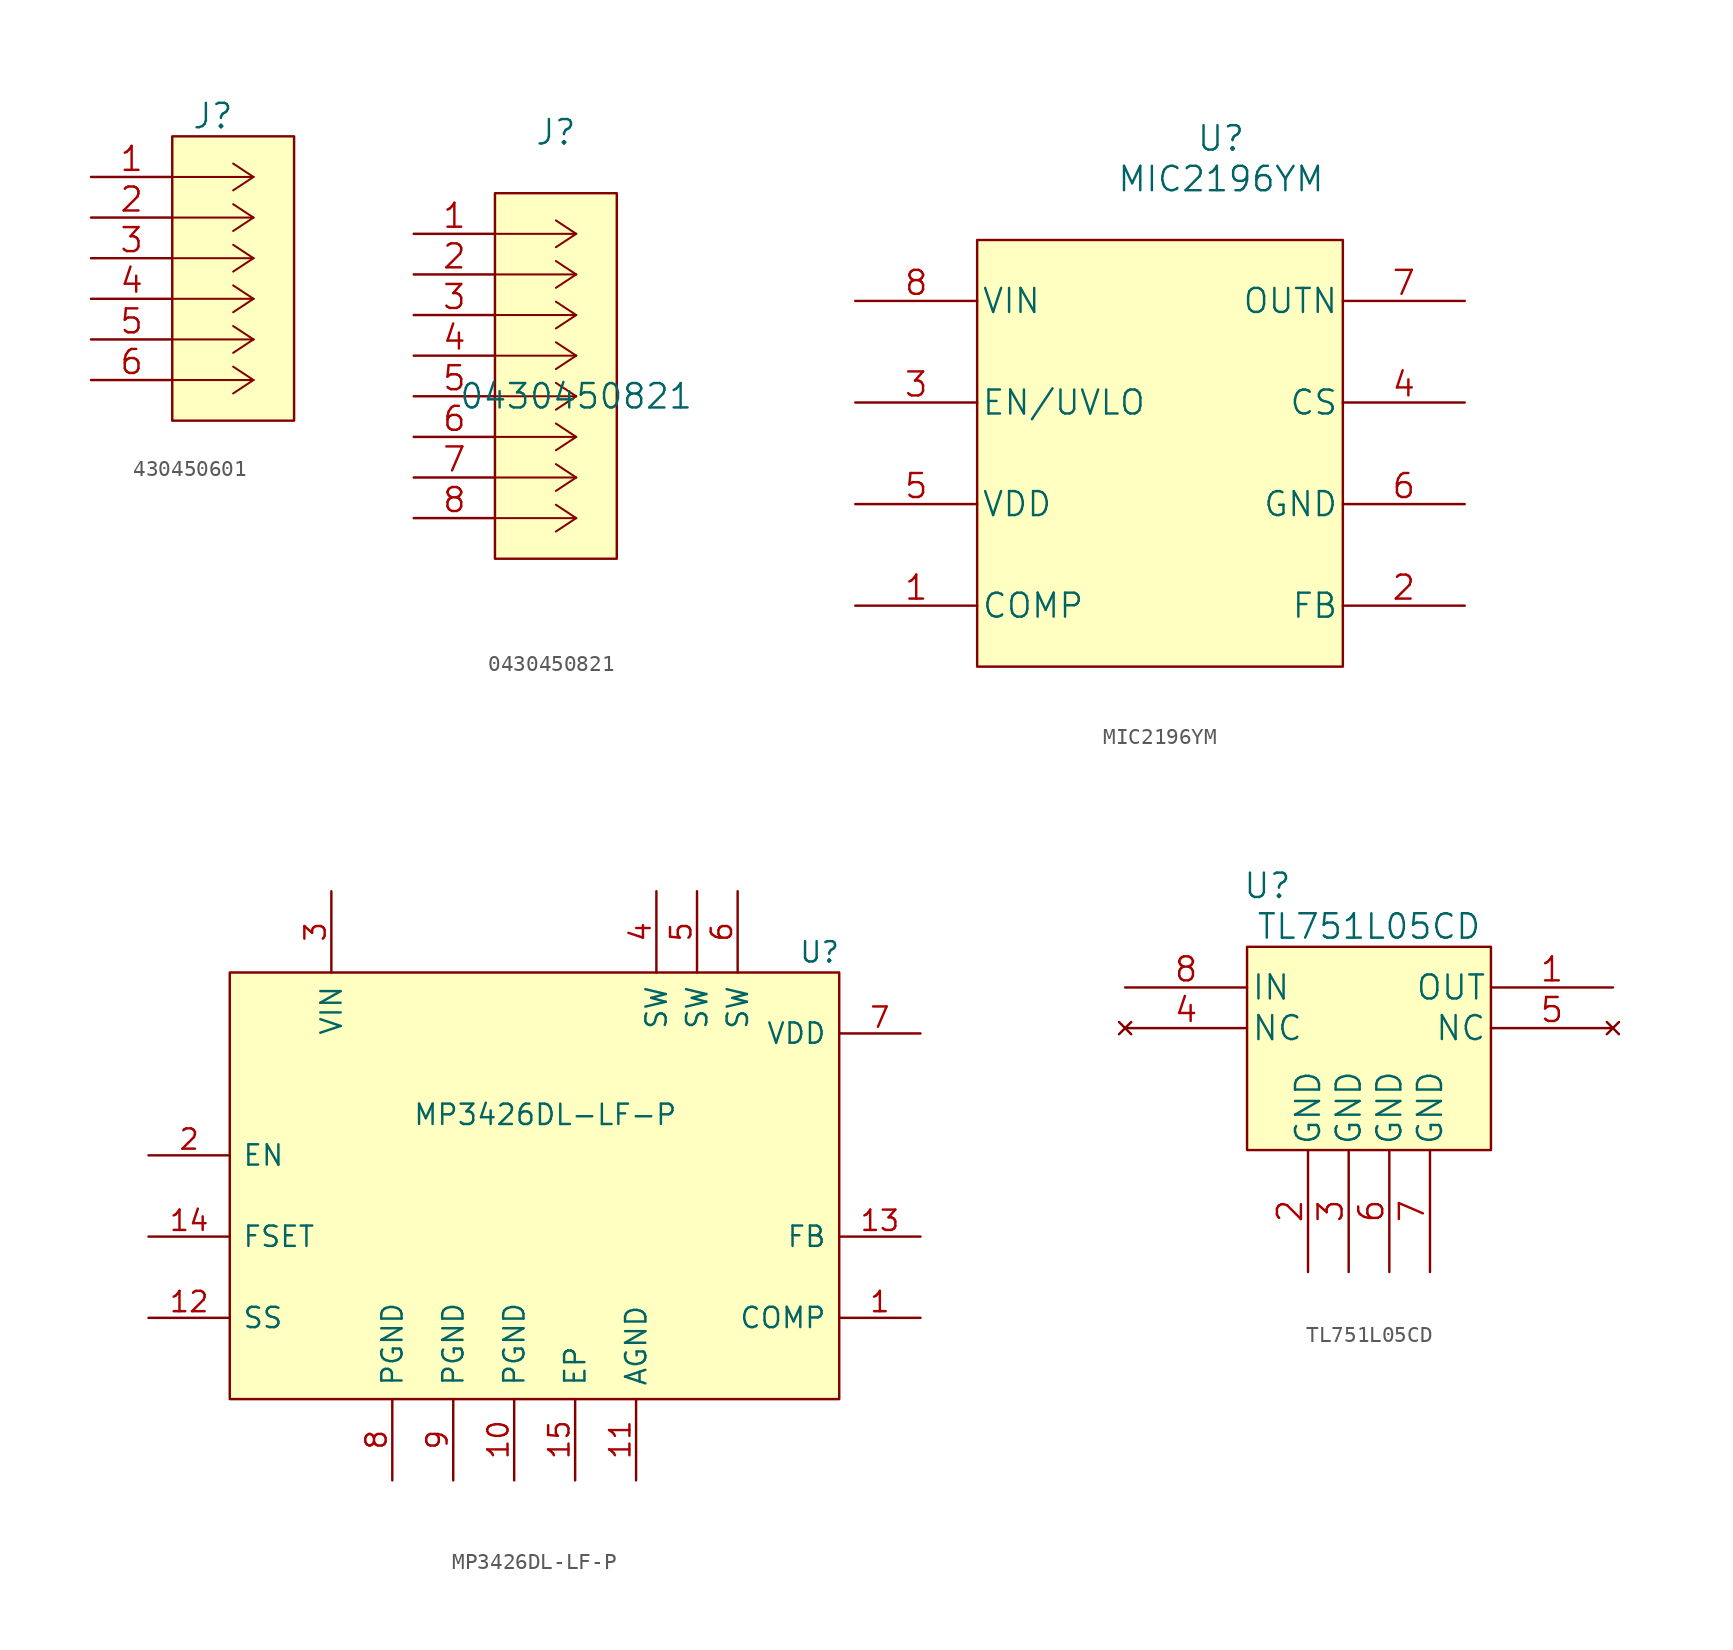
<source format=kicad_sym>
(kicad_symbol_lib
  (version 20211014)
  (generator kicad_symbol_editor)
  (symbol "430450601"
    (pin_names
      (offset 0.254) hide)
    (property "Reference" "J"
      (at 7.62 3.81 0)
      (effects (font (size 1.524 1.524))))
    (symbol "430450601_0_1"
      (rectangle (start 5.08 2.54) (end 12.7 -15.24) (stroke (width 0) (type default) (color 0 0 0 0)) (fill (type background))))
    (symbol "430450601_1_1"
      (polyline (pts (xy 10.16 -12.7) (xy 5.08 -12.7)) (stroke (width 0.127) (type default) (color 0 0 0 0)) (fill (type none)))
      (polyline (pts (xy 10.16 -12.7) (xy 8.89 -13.538)) (stroke (width 0.127) (type default) (color 0 0 0 0)) (fill (type none)))
      (polyline (pts (xy 10.16 -12.7) (xy 8.89 -11.862)) (stroke (width 0.127) (type default) (color 0 0 0 0)) (fill (type none)))
      (polyline (pts (xy 10.16 -10.16) (xy 5.08 -10.16)) (stroke (width 0.127) (type default) (color 0 0 0 0)) (fill (type none)))
      (polyline (pts (xy 10.16 -10.16) (xy 8.89 -10.998)) (stroke (width 0.127) (type default) (color 0 0 0 0)) (fill (type none)))
      (polyline (pts (xy 10.16 -10.16) (xy 8.89 -9.322)) (stroke (width 0.127) (type default) (color 0 0 0 0)) (fill (type none)))
      (polyline (pts (xy 10.16 -7.62) (xy 5.08 -7.62)) (stroke (width 0.127) (type default) (color 0 0 0 0)) (fill (type none)))
      (polyline (pts (xy 10.16 -7.62) (xy 8.89 -8.458)) (stroke (width 0.127) (type default) (color 0 0 0 0)) (fill (type none)))
      (polyline (pts (xy 10.16 -7.62) (xy 8.89 -6.782)) (stroke (width 0.127) (type default) (color 0 0 0 0)) (fill (type none)))
      (polyline (pts (xy 10.16 -5.08) (xy 5.08 -5.08)) (stroke (width 0.127) (type default) (color 0 0 0 0)) (fill (type none)))
      (polyline (pts (xy 10.16 -5.08) (xy 8.89 -5.918)) (stroke (width 0.127) (type default) (color 0 0 0 0)) (fill (type none)))
      (polyline (pts (xy 10.16 -5.08) (xy 8.89 -4.242)) (stroke (width 0.127) (type default) (color 0 0 0 0)) (fill (type none)))
      (polyline (pts (xy 10.16 -2.54) (xy 5.08 -2.54)) (stroke (width 0.127) (type default) (color 0 0 0 0)) (fill (type none)))
      (polyline (pts (xy 10.16 -2.54) (xy 8.89 -3.378)) (stroke (width 0.127) (type default) (color 0 0 0 0)) (fill (type none)))
      (polyline (pts (xy 10.16 -2.54) (xy 8.89 -1.702)) (stroke (width 0.127) (type default) (color 0 0 0 0)) (fill (type none)))
      (polyline (pts (xy 10.16 0) (xy 5.08 0)) (stroke (width 0.127) (type default) (color 0 0 0 0)) (fill (type none)))
      (polyline (pts (xy 10.16 0) (xy 8.89 -0.838)) (stroke (width 0.127) (type default) (color 0 0 0 0)) (fill (type none)))
      (polyline (pts (xy 10.16 0) (xy 8.89 0.838)) (stroke (width 0.127) (type default) (color 0 0 0 0)) (fill (type none)))
      (pin unspecified line (at 0 0 0) (length 5.08) (name "1" (effects (font (size 1.499 1.499)))) (number "1" (effects (font (size 1.499 1.499)))))
      (pin unspecified line (at 0 -2.54 0) (length 5.08) (name "2" (effects (font (size 1.499 1.499)))) (number "2" (effects (font (size 1.499 1.499)))))
      (pin unspecified line (at 0 -5.08 0) (length 5.08) (name "3" (effects (font (size 1.499 1.499)))) (number "3" (effects (font (size 1.499 1.499)))))
      (pin unspecified line (at 0 -7.62 0) (length 5.08) (name "4" (effects (font (size 1.499 1.499)))) (number "4" (effects (font (size 1.499 1.499)))))
      (pin unspecified line (at 0 -10.16 0) (length 5.08) (name "5" (effects (font (size 1.499 1.499)))) (number "5" (effects (font (size 1.499 1.499)))))
      (pin unspecified line (at 0 -12.7 0) (length 5.08) (name "6" (effects (font (size 1.499 1.499)))) (number "6" (effects (font (size 1.499 1.499)))))))
  (symbol "0430450821"
    (pin_names
      (offset 0.254) hide)
    (property "Reference" "J"
      (at 8.89 6.35 0)
      (effects (font (size 1.524 1.524))))
    (property "Value" "0430450821"
      (at 10.16 -10.16 0)
      (effects (font (size 1.524 1.524))))
    (symbol "0430450821_1_1"
      (polyline (pts (xy 10.16 -17.78) (xy 5.08 -17.78)) (stroke (width 0.127) (type default) (color 0 0 0 0)) (fill (type none)))
      (polyline (pts (xy 10.16 -17.78) (xy 8.89 -18.618)) (stroke (width 0.127) (type default) (color 0 0 0 0)) (fill (type none)))
      (polyline (pts (xy 10.16 -17.78) (xy 8.89 -16.942)) (stroke (width 0.127) (type default) (color 0 0 0 0)) (fill (type none)))
      (polyline (pts (xy 10.16 -15.24) (xy 5.08 -15.24)) (stroke (width 0.127) (type default) (color 0 0 0 0)) (fill (type none)))
      (polyline (pts (xy 10.16 -15.24) (xy 8.89 -16.078)) (stroke (width 0.127) (type default) (color 0 0 0 0)) (fill (type none)))
      (polyline (pts (xy 10.16 -15.24) (xy 8.89 -14.402)) (stroke (width 0.127) (type default) (color 0 0 0 0)) (fill (type none)))
      (polyline (pts (xy 10.16 -12.7) (xy 5.08 -12.7)) (stroke (width 0.127) (type default) (color 0 0 0 0)) (fill (type none)))
      (polyline (pts (xy 10.16 -12.7) (xy 8.89 -13.538)) (stroke (width 0.127) (type default) (color 0 0 0 0)) (fill (type none)))
      (polyline (pts (xy 10.16 -12.7) (xy 8.89 -11.862)) (stroke (width 0.127) (type default) (color 0 0 0 0)) (fill (type none)))
      (polyline (pts (xy 10.16 -10.16) (xy 5.08 -10.16)) (stroke (width 0.127) (type default) (color 0 0 0 0)) (fill (type none)))
      (polyline (pts (xy 10.16 -10.16) (xy 8.89 -10.998)) (stroke (width 0.127) (type default) (color 0 0 0 0)) (fill (type none)))
      (polyline (pts (xy 10.16 -10.16) (xy 8.89 -9.322)) (stroke (width 0.127) (type default) (color 0 0 0 0)) (fill (type none)))
      (polyline (pts (xy 10.16 -7.62) (xy 5.08 -7.62)) (stroke (width 0.127) (type default) (color 0 0 0 0)) (fill (type none)))
      (polyline (pts (xy 10.16 -7.62) (xy 8.89 -8.458)) (stroke (width 0.127) (type default) (color 0 0 0 0)) (fill (type none)))
      (polyline (pts (xy 10.16 -7.62) (xy 8.89 -6.782)) (stroke (width 0.127) (type default) (color 0 0 0 0)) (fill (type none)))
      (polyline (pts (xy 10.16 -5.08) (xy 5.08 -5.08)) (stroke (width 0.127) (type default) (color 0 0 0 0)) (fill (type none)))
      (polyline (pts (xy 10.16 -5.08) (xy 8.89 -5.918)) (stroke (width 0.127) (type default) (color 0 0 0 0)) (fill (type none)))
      (polyline (pts (xy 10.16 -5.08) (xy 8.89 -4.242)) (stroke (width 0.127) (type default) (color 0 0 0 0)) (fill (type none)))
      (polyline (pts (xy 10.16 -2.54) (xy 5.08 -2.54)) (stroke (width 0.127) (type default) (color 0 0 0 0)) (fill (type none)))
      (polyline (pts (xy 10.16 -2.54) (xy 8.89 -3.378)) (stroke (width 0.127) (type default) (color 0 0 0 0)) (fill (type none)))
      (polyline (pts (xy 10.16 -2.54) (xy 8.89 -1.702)) (stroke (width 0.127) (type default) (color 0 0 0 0)) (fill (type none)))
      (polyline (pts (xy 10.16 0) (xy 5.08 0)) (stroke (width 0.127) (type default) (color 0 0 0 0)) (fill (type none)))
      (polyline (pts (xy 10.16 0) (xy 8.89 -0.838)) (stroke (width 0.127) (type default) (color 0 0 0 0)) (fill (type none)))
      (polyline (pts (xy 10.16 0) (xy 8.89 0.838)) (stroke (width 0.127) (type default) (color 0 0 0 0)) (fill (type none)))
      (rectangle (start 5.08 2.54) (end 12.7 -20.32) (stroke (width 0) (type default) (color 0 0 0 0)) (fill (type background)))
      (pin unspecified line (at 0 0 0) (length 5.08) (name "1" (effects (font (size 1.499 1.499)))) (number "1" (effects (font (size 1.499 1.499)))))
      (pin unspecified line (at 0 -2.54 0) (length 5.08) (name "2" (effects (font (size 1.499 1.499)))) (number "2" (effects (font (size 1.499 1.499)))))
      (pin unspecified line (at 0 -5.08 0) (length 5.08) (name "3" (effects (font (size 1.499 1.499)))) (number "3" (effects (font (size 1.499 1.499)))))
      (pin unspecified line (at 0 -7.62 0) (length 5.08) (name "4" (effects (font (size 1.499 1.499)))) (number "4" (effects (font (size 1.499 1.499)))))
      (pin unspecified line (at 0 -10.16 0) (length 5.08) (name "5" (effects (font (size 1.499 1.499)))) (number "5" (effects (font (size 1.499 1.499)))))
      (pin unspecified line (at 0 -12.7 0) (length 5.08) (name "6" (effects (font (size 1.499 1.499)))) (number "6" (effects (font (size 1.499 1.499)))))
      (pin unspecified line (at 0 -15.24 0) (length 5.08) (name "7" (effects (font (size 1.499 1.499)))) (number "7" (effects (font (size 1.499 1.499)))))
      (pin unspecified line (at 0 -17.78 0) (length 5.08) (name "8" (effects (font (size 1.499 1.499)))) (number "8" (effects (font (size 1.499 1.499)))))
      (pin no_connect line (at 0 -20.32 0) (length 5.08) hide (name "P1" (effects (font (size 1.499 1.499)))) (number "P1" (effects (font (size 1.499 1.499)))))
      (pin no_connect line (at 0 -22.86 0) (length 5.08) hide (name "P2" (effects (font (size 1.499 1.499)))) (number "P2" (effects (font (size 1.499 1.499)))))))
  (symbol "MIC2196YM"
    (pin_names
      (offset 0.254))
    (property "Reference" "U"
      (at 22.86 10.16 0)
      (effects (font (size 1.524 1.524))))
    (property "Value" "MIC2196YM"
      (at 22.86 7.62 0)
      (effects (font (size 1.524 1.524))))
    (symbol "MIC2196YM_1_1"
      (rectangle (start 7.62 3.81) (end 30.48 -22.86) (stroke (width 0) (type default) (color 0 0 0 0)) (fill (type background)))
      (pin output line (at 0 -19.05 0) (length 7.62) (name "COMP" (effects (font (size 1.499 1.499)))) (number "1" (effects (font (size 1.499 1.499)))))
      (pin input line (at 38.1 -19.05 180) (length 7.62) (name "FB" (effects (font (size 1.499 1.499)))) (number "2" (effects (font (size 1.499 1.499)))))
      (pin input line (at 0 -6.35 0) (length 7.62) (name "EN/UVLO" (effects (font (size 1.499 1.499)))) (number "3" (effects (font (size 1.499 1.499)))))
      (pin input line (at 38.1 -6.35 180) (length 7.62) (name "CS" (effects (font (size 1.499 1.499)))) (number "4" (effects (font (size 1.499 1.499)))))
      (pin power_in line (at 0 -12.7 0) (length 7.62) (name "VDD" (effects (font (size 1.499 1.499)))) (number "5" (effects (font (size 1.499 1.499)))))
      (pin power_in line (at 38.1 -12.7 180) (length 7.62) (name "GND" (effects (font (size 1.499 1.499)))) (number "6" (effects (font (size 1.499 1.499)))))
      (pin output line (at 38.1 0 180) (length 7.62) (name "OUTN" (effects (font (size 1.499 1.499)))) (number "7" (effects (font (size 1.499 1.499)))))
      (pin input line (at 0 0 0) (length 7.62) (name "VIN" (effects (font (size 1.499 1.499)))) (number "8" (effects (font (size 1.499 1.499)))))))
  (symbol "MP3426DL-LF-P"
    (pin_names
      (offset 0.762))
    (property "Reference" "U"
      (at 40.64 -3.81 0)
      (effects (font (size 1.27 1.27)) (justify left)))
    (property "Value" "MP3426DL-LF-P"
      (at 16.51 -13.97 0)
      (effects (font (size 1.27 1.27)) (justify left)))
    (symbol "MP3426DL-LF-P_0_0"
      (pin passive line (at 48.26 -26.67 180) (length 5.08) (name "COMP" (effects (font (size 1.27 1.27)))) (number "1" (effects (font (size 1.27 1.27)))))
      (pin passive line (at 22.86 -36.83 90) (length 5.08) (name "PGND" (effects (font (size 1.27 1.27)))) (number "10" (effects (font (size 1.27 1.27)))))
      (pin passive line (at 30.48 -36.83 90) (length 5.08) (name "AGND" (effects (font (size 1.27 1.27)))) (number "11" (effects (font (size 1.27 1.27)))))
      (pin passive line (at 0 -26.67 0) (length 5.08) (name "SS" (effects (font (size 1.27 1.27)))) (number "12" (effects (font (size 1.27 1.27)))))
      (pin passive line (at 48.26 -21.59 180) (length 5.08) (name "FB" (effects (font (size 1.27 1.27)))) (number "13" (effects (font (size 1.27 1.27)))))
      (pin passive line (at 0 -21.59 0) (length 5.08) (name "FSET" (effects (font (size 1.27 1.27)))) (number "14" (effects (font (size 1.27 1.27)))))
      (pin passive line (at 26.67 -36.83 90) (length 5.08) (name "EP" (effects (font (size 1.27 1.27)))) (number "15" (effects (font (size 1.27 1.27)))))
      (pin passive line (at 0 -16.51 0) (length 5.08) (name "EN" (effects (font (size 1.27 1.27)))) (number "2" (effects (font (size 1.27 1.27)))))
      (pin passive line (at 11.43 0 270) (length 5.08) (name "VIN" (effects (font (size 1.27 1.27)))) (number "3" (effects (font (size 1.27 1.27)))))
      (pin passive line (at 31.75 0 270) (length 5.08) (name "SW" (effects (font (size 1.27 1.27)))) (number "4" (effects (font (size 1.27 1.27)))))
      (pin passive line (at 34.29 0 270) (length 5.08) (name "SW" (effects (font (size 1.27 1.27)))) (number "5" (effects (font (size 1.27 1.27)))))
      (pin passive line (at 36.83 0 270) (length 5.08) (name "SW" (effects (font (size 1.27 1.27)))) (number "6" (effects (font (size 1.27 1.27)))))
      (pin passive line (at 48.26 -8.89 180) (length 5.08) (name "VDD" (effects (font (size 1.27 1.27)))) (number "7" (effects (font (size 1.27 1.27)))))
      (pin passive line (at 15.24 -36.83 90) (length 5.08) (name "PGND" (effects (font (size 1.27 1.27)))) (number "8" (effects (font (size 1.27 1.27)))))
      (pin passive line (at 19.05 -36.83 90) (length 5.08) (name "PGND" (effects (font (size 1.27 1.27)))) (number "9" (effects (font (size 1.27 1.27))))))
    (symbol "MP3426DL-LF-P_0_1"
      (polyline (pts (xy 5.08 -5.08) (xy 43.18 -5.08) (xy 43.18 -31.75) (xy 5.08 -31.75) (xy 5.08 -5.08)) (stroke (width 0.152) (type default) (color 0 0 0 0)) (fill (type background)))))
  (symbol "TL751L05CD"
    (pin_names
      (offset 0.254))
    (property "Reference" "U"
      (at -6.35 6.35 0)
      (effects (font (size 1.524 1.524))))
    (property "Value" "TL751L05CD"
      (at 0 3.81 0)
      (effects (font (size 1.524 1.524))))
    (symbol "TL751L05CD_1_1"
      (rectangle (start -7.62 2.54) (end 7.62 -10.16) (stroke (width 0) (type default) (color 0 0 0 0)) (fill (type background)))
      (pin output line (at 15.24 0 180) (length 7.62) (name "OUT" (effects (font (size 1.499 1.499)))) (number "1" (effects (font (size 1.499 1.499)))))
      (pin unspecified line (at -3.81 -17.78 90) (length 7.62) (name "GND" (effects (font (size 1.499 1.499)))) (number "2" (effects (font (size 1.499 1.499)))))
      (pin unspecified line (at -1.27 -17.78 90) (length 7.62) (name "GND" (effects (font (size 1.499 1.499)))) (number "3" (effects (font (size 1.499 1.499)))))
      (pin no_connect line (at -15.24 -2.54 0) (length 7.62) (name "NC" (effects (font (size 1.499 1.499)))) (number "4" (effects (font (size 1.499 1.499)))))
      (pin no_connect line (at 15.24 -2.54 180) (length 7.62) (name "NC" (effects (font (size 1.499 1.499)))) (number "5" (effects (font (size 1.499 1.499)))))
      (pin unspecified line (at 1.27 -17.78 90) (length 7.62) (name "GND" (effects (font (size 1.499 1.499)))) (number "6" (effects (font (size 1.499 1.499)))))
      (pin unspecified line (at 3.81 -17.78 90) (length 7.62) (name "GND" (effects (font (size 1.499 1.499)))) (number "7" (effects (font (size 1.499 1.499)))))
      (pin input line (at -15.24 0 0) (length 7.62) (name "IN" (effects (font (size 1.499 1.499)))) (number "8" (effects (font (size 1.499 1.499))))))))
</source>
